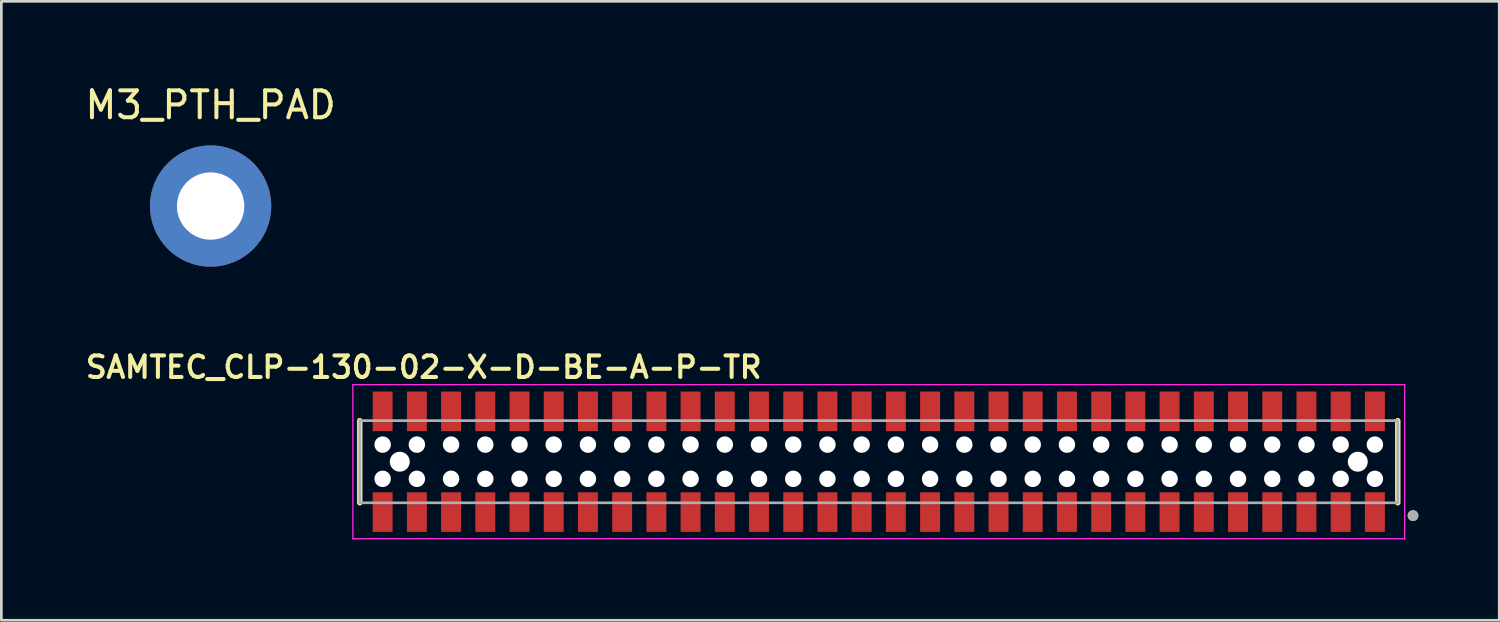
<source format=kicad_pcb>
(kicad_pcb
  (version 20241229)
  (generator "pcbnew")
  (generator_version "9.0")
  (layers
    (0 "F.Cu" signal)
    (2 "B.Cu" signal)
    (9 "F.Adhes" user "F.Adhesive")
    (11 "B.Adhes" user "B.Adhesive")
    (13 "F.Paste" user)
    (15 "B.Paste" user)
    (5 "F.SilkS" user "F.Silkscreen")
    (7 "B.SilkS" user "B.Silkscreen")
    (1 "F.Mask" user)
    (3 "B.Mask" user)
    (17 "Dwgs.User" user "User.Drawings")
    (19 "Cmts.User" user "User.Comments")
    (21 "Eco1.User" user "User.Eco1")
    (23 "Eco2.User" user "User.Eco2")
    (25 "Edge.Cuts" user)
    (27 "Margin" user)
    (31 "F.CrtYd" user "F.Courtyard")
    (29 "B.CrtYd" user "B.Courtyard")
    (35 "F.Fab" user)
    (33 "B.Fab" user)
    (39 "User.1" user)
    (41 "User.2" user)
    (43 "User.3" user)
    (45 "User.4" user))
  (footprint "M3_PTH_PAD"
    (layer "F.Cu")
    (at 4.768 4.598)
    (property "Reference" "M3_PTH_PAD" (at 0 -3.75 0) (layer "F.SilkS") (effects (font (size 1 1) (thickness 0.15))))
    (attr through_hole)
    (pad "1" thru_hole circle (at 0 0) (size 4.5 4.5) (drill 2.5) (layers "*.Cu" "*.Mask")))
  (footprint "SAMTEC_CLP-130-02-X-D-BE-A-P-TR"
    (layer "F.Cu")
    (at 29.568 14.088)
    (property "Reference" "SAMTEC_CLP-130-02-X-D-BE-A-P-TR" (at -16.89 -3.508 0) (layer "F.SilkS") (effects (font (size 0.8 0.8) (thickness 0.15))))
    (attr through_hole)
    (fp_line (start -19.265 -1.525) (end -19.265 1.525) (stroke (width 0.2) (type solid)) (layer "F.SilkS"))
    (fp_line (start 19.265 -1.525) (end 19.265 1.525) (stroke (width 0.2) (type solid)) (layer "F.SilkS"))
    (fp_circle (center 19.83 2) (end 19.93 2) (stroke (width 0.2) (type solid)) (fill no) (layer "F.SilkS"))
    (fp_line (start -19.52 -2.86) (end -19.52 2.86) (stroke (width 0.05) (type solid)) (layer "F.CrtYd"))
    (fp_line (start -19.52 2.86) (end 19.52 2.86) (stroke (width 0.05) (type solid)) (layer "F.CrtYd"))
    (fp_line (start 19.52 -2.86) (end -19.52 -2.86) (stroke (width 0.05) (type solid)) (layer "F.CrtYd"))
    (fp_line (start 19.52 2.86) (end 19.52 -2.86) (stroke (width 0.05) (type solid)) (layer "F.CrtYd"))
    (fp_line (start -19.265 -1.525) (end -19.265 1.525) (stroke (width 0.1) (type solid)) (layer "F.Fab"))
    (fp_line (start -19.265 1.525) (end 19.265 1.525) (stroke (width 0.1) (type solid)) (layer "F.Fab"))
    (fp_line (start 19.265 -1.525) (end -19.265 -1.525) (stroke (width 0.1) (type solid)) (layer "F.Fab"))
    (fp_line (start 19.265 1.525) (end 19.265 -1.525) (stroke (width 0.1) (type solid)) (layer "F.Fab"))
    (fp_circle (center 19.83 2) (end 19.93 2) (stroke (width 0.2) (type solid)) (fill no) (layer "F.Fab"))
    (pad "" np_thru_hole circle (at -18.415 -0.635) (size 0.61 0.61) (drill 0.61) (layers "*.Cu" "*.Mask"))
    (pad "" np_thru_hole circle (at -18.415 0.635) (size 0.61 0.61) (drill 0.61) (layers "*.Cu" "*.Mask"))
    (pad "" np_thru_hole circle (at -17.78 0) (size 0.74 0.74) (drill 0.74) (layers "*.Cu" "*.Mask"))
    (pad "" np_thru_hole circle (at -17.145 -0.635) (size 0.61 0.61) (drill 0.61) (layers "*.Cu" "*.Mask"))
    (pad "" np_thru_hole circle (at -17.145 0.635) (size 0.61 0.61) (drill 0.61) (layers "*.Cu" "*.Mask"))
    (pad "" np_thru_hole circle (at -15.875 -0.635) (size 0.61 0.61) (drill 0.61) (layers "*.Cu" "*.Mask"))
    (pad "" np_thru_hole circle (at -15.875 0.635) (size 0.61 0.61) (drill 0.61) (layers "*.Cu" "*.Mask"))
    (pad "" np_thru_hole circle (at -14.605 -0.635) (size 0.61 0.61) (drill 0.61) (layers "*.Cu" "*.Mask"))
    (pad "" np_thru_hole circle (at -14.605 0.635) (size 0.61 0.61) (drill 0.61) (layers "*.Cu" "*.Mask"))
    (pad "" np_thru_hole circle (at -13.335 -0.635) (size 0.61 0.61) (drill 0.61) (layers "*.Cu" "*.Mask"))
    (pad "" np_thru_hole circle (at -13.335 0.635) (size 0.61 0.61) (drill 0.61) (layers "*.Cu" "*.Mask"))
    (pad "" np_thru_hole circle (at -12.065 -0.635) (size 0.61 0.61) (drill 0.61) (layers "*.Cu" "*.Mask"))
    (pad "" np_thru_hole circle (at -12.065 0.635) (size 0.61 0.61) (drill 0.61) (layers "*.Cu" "*.Mask"))
    (pad "" np_thru_hole circle (at -10.795 -0.635) (size 0.61 0.61) (drill 0.61) (layers "*.Cu" "*.Mask"))
    (pad "" np_thru_hole circle (at -10.795 0.635) (size 0.61 0.61) (drill 0.61) (layers "*.Cu" "*.Mask"))
    (pad "" np_thru_hole circle (at -9.525 -0.635) (size 0.61 0.61) (drill 0.61) (layers "*.Cu" "*.Mask"))
    (pad "" np_thru_hole circle (at -9.525 0.635) (size 0.61 0.61) (drill 0.61) (layers "*.Cu" "*.Mask"))
    (pad "" np_thru_hole circle (at -8.255 -0.635) (size 0.61 0.61) (drill 0.61) (layers "*.Cu" "*.Mask"))
    (pad "" np_thru_hole circle (at -8.255 0.635) (size 0.61 0.61) (drill 0.61) (layers "*.Cu" "*.Mask"))
    (pad "" np_thru_hole circle (at -6.985 -0.635) (size 0.61 0.61) (drill 0.61) (layers "*.Cu" "*.Mask"))
    (pad "" np_thru_hole circle (at -6.985 0.635) (size 0.61 0.61) (drill 0.61) (layers "*.Cu" "*.Mask"))
    (pad "" np_thru_hole circle (at -5.715 -0.635) (size 0.61 0.61) (drill 0.61) (layers "*.Cu" "*.Mask"))
    (pad "" np_thru_hole circle (at -5.715 0.635) (size 0.61 0.61) (drill 0.61) (layers "*.Cu" "*.Mask"))
    (pad "" np_thru_hole circle (at -4.445 -0.635) (size 0.61 0.61) (drill 0.61) (layers "*.Cu" "*.Mask"))
    (pad "" np_thru_hole circle (at -4.445 0.635) (size 0.61 0.61) (drill 0.61) (layers "*.Cu" "*.Mask"))
    (pad "" np_thru_hole circle (at -3.175 -0.635) (size 0.61 0.61) (drill 0.61) (layers "*.Cu" "*.Mask"))
    (pad "" np_thru_hole circle (at -3.175 0.635) (size 0.61 0.61) (drill 0.61) (layers "*.Cu" "*.Mask"))
    (pad "" np_thru_hole circle (at -1.905 -0.635) (size 0.61 0.61) (drill 0.61) (layers "*.Cu" "*.Mask"))
    (pad "" np_thru_hole circle (at -1.905 0.635) (size 0.61 0.61) (drill 0.61) (layers "*.Cu" "*.Mask"))
    (pad "" np_thru_hole circle (at -0.635 -0.635) (size 0.61 0.61) (drill 0.61) (layers "*.Cu" "*.Mask"))
    (pad "" np_thru_hole circle (at -0.635 0.635) (size 0.61 0.61) (drill 0.61) (layers "*.Cu" "*.Mask"))
    (pad "" np_thru_hole circle (at 0.635 -0.635) (size 0.61 0.61) (drill 0.61) (layers "*.Cu" "*.Mask"))
    (pad "" np_thru_hole circle (at 0.635 0.635) (size 0.61 0.61) (drill 0.61) (layers "*.Cu" "*.Mask"))
    (pad "" np_thru_hole circle (at 1.905 -0.635) (size 0.61 0.61) (drill 0.61) (layers "*.Cu" "*.Mask"))
    (pad "" np_thru_hole circle (at 1.905 0.635) (size 0.61 0.61) (drill 0.61) (layers "*.Cu" "*.Mask"))
    (pad "" np_thru_hole circle (at 3.175 -0.635) (size 0.61 0.61) (drill 0.61) (layers "*.Cu" "*.Mask"))
    (pad "" np_thru_hole circle (at 3.175 0.635) (size 0.61 0.61) (drill 0.61) (layers "*.Cu" "*.Mask"))
    (pad "" np_thru_hole circle (at 4.445 -0.635) (size 0.61 0.61) (drill 0.61) (layers "*.Cu" "*.Mask"))
    (pad "" np_thru_hole circle (at 4.445 0.635) (size 0.61 0.61) (drill 0.61) (layers "*.Cu" "*.Mask"))
    (pad "" np_thru_hole circle (at 5.715 -0.635) (size 0.61 0.61) (drill 0.61) (layers "*.Cu" "*.Mask"))
    (pad "" np_thru_hole circle (at 5.715 0.635) (size 0.61 0.61) (drill 0.61) (layers "*.Cu" "*.Mask"))
    (pad "" np_thru_hole circle (at 6.985 -0.635) (size 0.61 0.61) (drill 0.61) (layers "*.Cu" "*.Mask"))
    (pad "" np_thru_hole circle (at 6.985 0.635) (size 0.61 0.61) (drill 0.61) (layers "*.Cu" "*.Mask"))
    (pad "" np_thru_hole circle (at 8.255 -0.635) (size 0.61 0.61) (drill 0.61) (layers "*.Cu" "*.Mask"))
    (pad "" np_thru_hole circle (at 8.255 0.635) (size 0.61 0.61) (drill 0.61) (layers "*.Cu" "*.Mask"))
    (pad "" np_thru_hole circle (at 9.525 -0.635) (size 0.61 0.61) (drill 0.61) (layers "*.Cu" "*.Mask"))
    (pad "" np_thru_hole circle (at 9.525 0.635) (size 0.61 0.61) (drill 0.61) (layers "*.Cu" "*.Mask"))
    (pad "" np_thru_hole circle (at 10.795 -0.635) (size 0.61 0.61) (drill 0.61) (layers "*.Cu" "*.Mask"))
    (pad "" np_thru_hole circle (at 10.795 0.635) (size 0.61 0.61) (drill 0.61) (layers "*.Cu" "*.Mask"))
    (pad "" np_thru_hole circle (at 12.065 -0.635) (size 0.61 0.61) (drill 0.61) (layers "*.Cu" "*.Mask"))
    (pad "" np_thru_hole circle (at 12.065 0.635) (size 0.61 0.61) (drill 0.61) (layers "*.Cu" "*.Mask"))
    (pad "" np_thru_hole circle (at 13.335 -0.635) (size 0.61 0.61) (drill 0.61) (layers "*.Cu" "*.Mask"))
    (pad "" np_thru_hole circle (at 13.335 0.635) (size 0.61 0.61) (drill 0.61) (layers "*.Cu" "*.Mask"))
    (pad "" np_thru_hole circle (at 14.605 -0.635) (size 0.61 0.61) (drill 0.61) (layers "*.Cu" "*.Mask"))
    (pad "" np_thru_hole circle (at 14.605 0.635) (size 0.61 0.61) (drill 0.61) (layers "*.Cu" "*.Mask"))
    (pad "" np_thru_hole circle (at 15.875 -0.635) (size 0.61 0.61) (drill 0.61) (layers "*.Cu" "*.Mask"))
    (pad "" np_thru_hole circle (at 15.875 0.635) (size 0.61 0.61) (drill 0.61) (layers "*.Cu" "*.Mask"))
    (pad "" np_thru_hole circle (at 17.145 -0.635) (size 0.61 0.61) (drill 0.61) (layers "*.Cu" "*.Mask"))
    (pad "" np_thru_hole circle (at 17.145 0.635) (size 0.61 0.61) (drill 0.61) (layers "*.Cu" "*.Mask"))
    (pad "" np_thru_hole circle (at 17.78 0) (size 0.74 0.74) (drill 0.74) (layers "*.Cu" "*.Mask"))
    (pad "" np_thru_hole circle (at 18.415 -0.635) (size 0.61 0.61) (drill 0.61) (layers "*.Cu" "*.Mask"))
    (pad "" np_thru_hole circle (at 18.415 0.635) (size 0.61 0.61) (drill 0.61) (layers "*.Cu" "*.Mask"))
    (pad "1" smd rect (at 18.415 1.87) (size 0.74 1.47) (layers "F.Cu" "F.Mask" "F.Paste"))
    (pad "2" smd rect (at 18.415 -1.87) (size 0.74 1.47) (layers "F.Cu" "F.Mask" "F.Paste"))
    (pad "3" smd rect (at 17.145 1.87) (size 0.74 1.47) (layers "F.Cu" "F.Mask" "F.Paste"))
    (pad "4" smd rect (at 17.145 -1.87) (size 0.74 1.47) (layers "F.Cu" "F.Mask" "F.Paste"))
    (pad "5" smd rect (at 15.875 1.87) (size 0.74 1.47) (layers "F.Cu" "F.Mask" "F.Paste"))
    (pad "6" smd rect (at 15.875 -1.87) (size 0.74 1.47) (layers "F.Cu" "F.Mask" "F.Paste"))
    (pad "7" smd rect (at 14.605 1.87) (size 0.74 1.47) (layers "F.Cu" "F.Mask" "F.Paste"))
    (pad "8" smd rect (at 14.605 -1.87) (size 0.74 1.47) (layers "F.Cu" "F.Mask" "F.Paste"))
    (pad "9" smd rect (at 13.335 1.87) (size 0.74 1.47) (layers "F.Cu" "F.Mask" "F.Paste"))
    (pad "10" smd rect (at 13.335 -1.87) (size 0.74 1.47) (layers "F.Cu" "F.Mask" "F.Paste"))
    (pad "11" smd rect (at 12.065 1.87) (size 0.74 1.47) (layers "F.Cu" "F.Mask" "F.Paste"))
    (pad "12" smd rect (at 12.065 -1.87) (size 0.74 1.47) (layers "F.Cu" "F.Mask" "F.Paste"))
    (pad "13" smd rect (at 10.795 1.87) (size 0.74 1.47) (layers "F.Cu" "F.Mask" "F.Paste"))
    (pad "14" smd rect (at 10.795 -1.87) (size 0.74 1.47) (layers "F.Cu" "F.Mask" "F.Paste"))
    (pad "15" smd rect (at 9.525 1.87) (size 0.74 1.47) (layers "F.Cu" "F.Mask" "F.Paste"))
    (pad "16" smd rect (at 9.525 -1.87) (size 0.74 1.47) (layers "F.Cu" "F.Mask" "F.Paste"))
    (pad "17" smd rect (at 8.255 1.87) (size 0.74 1.47) (layers "F.Cu" "F.Mask" "F.Paste"))
    (pad "18" smd rect (at 8.255 -1.87) (size 0.74 1.47) (layers "F.Cu" "F.Mask" "F.Paste"))
    (pad "19" smd rect (at 6.985 1.87) (size 0.74 1.47) (layers "F.Cu" "F.Mask" "F.Paste"))
    (pad "20" smd rect (at 6.985 -1.87) (size 0.74 1.47) (layers "F.Cu" "F.Mask" "F.Paste"))
    (pad "21" smd rect (at 5.715 1.87) (size 0.74 1.47) (layers "F.Cu" "F.Mask" "F.Paste"))
    (pad "22" smd rect (at 5.715 -1.87) (size 0.74 1.47) (layers "F.Cu" "F.Mask" "F.Paste"))
    (pad "23" smd rect (at 4.445 1.87) (size 0.74 1.47) (layers "F.Cu" "F.Mask" "F.Paste"))
    (pad "24" smd rect (at 4.445 -1.87) (size 0.74 1.47) (layers "F.Cu" "F.Mask" "F.Paste"))
    (pad "25" smd rect (at 3.175 1.87) (size 0.74 1.47) (layers "F.Cu" "F.Mask" "F.Paste"))
    (pad "26" smd rect (at 3.175 -1.87) (size 0.74 1.47) (layers "F.Cu" "F.Mask" "F.Paste"))
    (pad "27" smd rect (at 1.905 1.87) (size 0.74 1.47) (layers "F.Cu" "F.Mask" "F.Paste"))
    (pad "28" smd rect (at 1.905 -1.87) (size 0.74 1.47) (layers "F.Cu" "F.Mask" "F.Paste"))
    (pad "29" smd rect (at 0.635 1.87) (size 0.74 1.47) (layers "F.Cu" "F.Mask" "F.Paste"))
    (pad "30" smd rect (at 0.635 -1.87) (size 0.74 1.47) (layers "F.Cu" "F.Mask" "F.Paste"))
    (pad "31" smd rect (at -0.635 1.87) (size 0.74 1.47) (layers "F.Cu" "F.Mask" "F.Paste"))
    (pad "32" smd rect (at -0.635 -1.87) (size 0.74 1.47) (layers "F.Cu" "F.Mask" "F.Paste"))
    (pad "33" smd rect (at -1.905 1.87) (size 0.74 1.47) (layers "F.Cu" "F.Mask" "F.Paste"))
    (pad "34" smd rect (at -1.905 -1.87) (size 0.74 1.47) (layers "F.Cu" "F.Mask" "F.Paste"))
    (pad "35" smd rect (at -3.175 1.87) (size 0.74 1.47) (layers "F.Cu" "F.Mask" "F.Paste"))
    (pad "36" smd rect (at -3.175 -1.87) (size 0.74 1.47) (layers "F.Cu" "F.Mask" "F.Paste"))
    (pad "37" smd rect (at -4.445 1.87) (size 0.74 1.47) (layers "F.Cu" "F.Mask" "F.Paste"))
    (pad "38" smd rect (at -4.445 -1.87) (size 0.74 1.47) (layers "F.Cu" "F.Mask" "F.Paste"))
    (pad "39" smd rect (at -5.715 1.87) (size 0.74 1.47) (layers "F.Cu" "F.Mask" "F.Paste"))
    (pad "40" smd rect (at -5.715 -1.87) (size 0.74 1.47) (layers "F.Cu" "F.Mask" "F.Paste"))
    (pad "41" smd rect (at -6.985 1.87) (size 0.74 1.47) (layers "F.Cu" "F.Mask" "F.Paste"))
    (pad "42" smd rect (at -6.985 -1.87) (size 0.74 1.47) (layers "F.Cu" "F.Mask" "F.Paste"))
    (pad "43" smd rect (at -8.255 1.87) (size 0.74 1.47) (layers "F.Cu" "F.Mask" "F.Paste"))
    (pad "44" smd rect (at -8.255 -1.87) (size 0.74 1.47) (layers "F.Cu" "F.Mask" "F.Paste"))
    (pad "45" smd rect (at -9.525 1.87) (size 0.74 1.47) (layers "F.Cu" "F.Mask" "F.Paste"))
    (pad "46" smd rect (at -9.525 -1.87) (size 0.74 1.47) (layers "F.Cu" "F.Mask" "F.Paste"))
    (pad "47" smd rect (at -10.795 1.87) (size 0.74 1.47) (layers "F.Cu" "F.Mask" "F.Paste"))
    (pad "48" smd rect (at -10.795 -1.87) (size 0.74 1.47) (layers "F.Cu" "F.Mask" "F.Paste"))
    (pad "49" smd rect (at -12.065 1.87) (size 0.74 1.47) (layers "F.Cu" "F.Mask" "F.Paste"))
    (pad "50" smd rect (at -12.065 -1.87) (size 0.74 1.47) (layers "F.Cu" "F.Mask" "F.Paste"))
    (pad "51" smd rect (at -13.335 1.87) (size 0.74 1.47) (layers "F.Cu" "F.Mask" "F.Paste"))
    (pad "52" smd rect (at -13.335 -1.87) (size 0.74 1.47) (layers "F.Cu" "F.Mask" "F.Paste"))
    (pad "53" smd rect (at -14.605 1.87) (size 0.74 1.47) (layers "F.Cu" "F.Mask" "F.Paste"))
    (pad "54" smd rect (at -14.605 -1.87) (size 0.74 1.47) (layers "F.Cu" "F.Mask" "F.Paste"))
    (pad "55" smd rect (at -15.875 1.87) (size 0.74 1.47) (layers "F.Cu" "F.Mask" "F.Paste"))
    (pad "56" smd rect (at -15.875 -1.87) (size 0.74 1.47) (layers "F.Cu" "F.Mask" "F.Paste"))
    (pad "57" smd rect (at -17.145 1.87) (size 0.74 1.47) (layers "F.Cu" "F.Mask" "F.Paste"))
    (pad "58" smd rect (at -17.145 -1.87) (size 0.74 1.47) (layers "F.Cu" "F.Mask" "F.Paste"))
    (pad "59" smd rect (at -18.415 1.87) (size 0.74 1.47) (layers "F.Cu" "F.Mask" "F.Paste"))
    (pad "60" smd rect (at -18.415 -1.87) (size 0.74 1.47) (layers "F.Cu" "F.Mask" "F.Paste")))
  (gr_rect
    (start -3 -3)
    (end 52.598 19.973)
    (stroke (width 0.1) (type default))
    (fill no)
    (layer "Edge.Cuts")))
</source>
